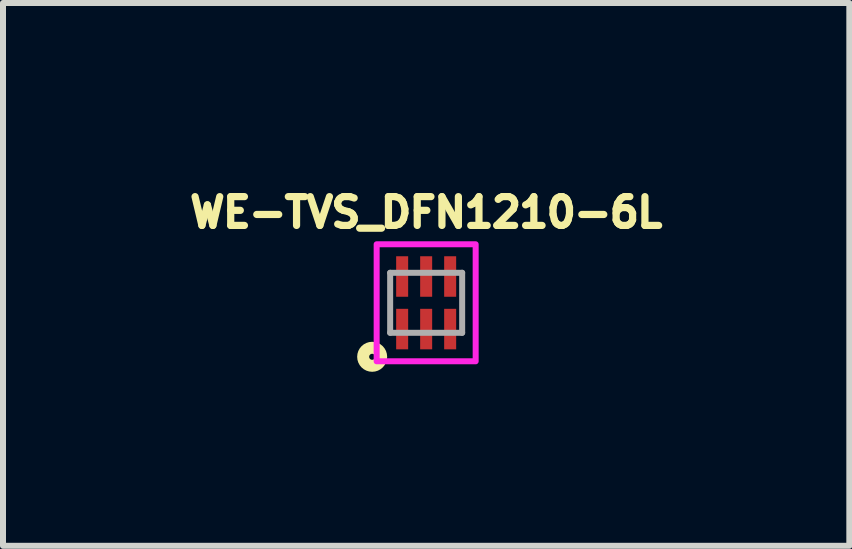
<source format=kicad_pcb>
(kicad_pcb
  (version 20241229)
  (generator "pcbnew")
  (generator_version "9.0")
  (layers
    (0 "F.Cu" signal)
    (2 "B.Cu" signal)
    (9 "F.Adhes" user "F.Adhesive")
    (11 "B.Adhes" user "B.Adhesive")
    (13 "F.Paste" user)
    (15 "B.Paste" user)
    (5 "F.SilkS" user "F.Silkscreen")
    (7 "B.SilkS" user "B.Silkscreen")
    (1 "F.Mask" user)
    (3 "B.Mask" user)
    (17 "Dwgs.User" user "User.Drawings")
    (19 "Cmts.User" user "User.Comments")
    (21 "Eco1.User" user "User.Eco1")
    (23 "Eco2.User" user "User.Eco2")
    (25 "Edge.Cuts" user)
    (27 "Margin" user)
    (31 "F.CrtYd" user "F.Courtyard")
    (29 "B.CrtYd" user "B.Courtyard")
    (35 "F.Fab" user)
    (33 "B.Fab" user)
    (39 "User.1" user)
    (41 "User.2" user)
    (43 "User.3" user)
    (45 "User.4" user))
  (footprint "WE-TVS_DFN1210-6L"
    (layer "F.Cu")
    (at 4.052 1.996)
    (property "Reference" "WE-TVS_DFN1210-6L" (at 0 -1.505 0) (layer "F.SilkS") (effects (font (size 0.48 0.48) (thickness 0.12))))
    (attr smd)
    (fp_circle (center -0.9 0.9) (end -0.85 0.9) (stroke (width 0.2) (type solid)) (fill no) (layer "F.SilkS"))
    (fp_poly (pts (xy -0.825 -0.975) (xy 0.825 -0.975) (xy 0.825 0.975) (xy -0.825 0.975)) (stroke (width 0.1) (type solid)) (fill no) (layer "F.CrtYd"))
    (fp_line (start -0.6 -0.5) (end 0.6 -0.5) (stroke (width 0.1) (type solid)) (layer "F.Fab"))
    (fp_line (start -0.6 0.5) (end -0.6 -0.5) (stroke (width 0.1) (type solid)) (layer "F.Fab"))
    (fp_line (start 0.6 -0.5) (end 0.6 0.5) (stroke (width 0.1) (type solid)) (layer "F.Fab"))
    (fp_line (start 0.6 0.5) (end -0.6 0.5) (stroke (width 0.1) (type solid)) (layer "F.Fab"))
    (pad "1" smd rect (at -0.4 0.438) (size 0.2 0.675) (layers "F.Cu" "F.Mask" "F.Paste"))
    (pad "2" smd rect (at 0 0.438) (size 0.2 0.675) (layers "F.Cu" "F.Mask" "F.Paste"))
    (pad "3" smd rect (at 0.4 0.438) (size 0.2 0.675) (layers "F.Cu" "F.Mask" "F.Paste"))
    (pad "4" smd rect (at 0.4 -0.438) (size 0.2 0.675) (layers "F.Cu" "F.Mask" "F.Paste"))
    (pad "5" smd rect (at 0 -0.438) (size 0.2 0.675) (layers "F.Cu" "F.Mask" "F.Paste"))
    (pad "6" smd rect (at -0.4 -0.438) (size 0.2 0.675) (layers "F.Cu" "F.Mask" "F.Paste")))
  (gr_rect
    (start -3 -3)
    (end 11.104 6.046)
    (stroke (width 0.1) (type default))
    (fill no)
    (layer "Edge.Cuts")))
</source>
